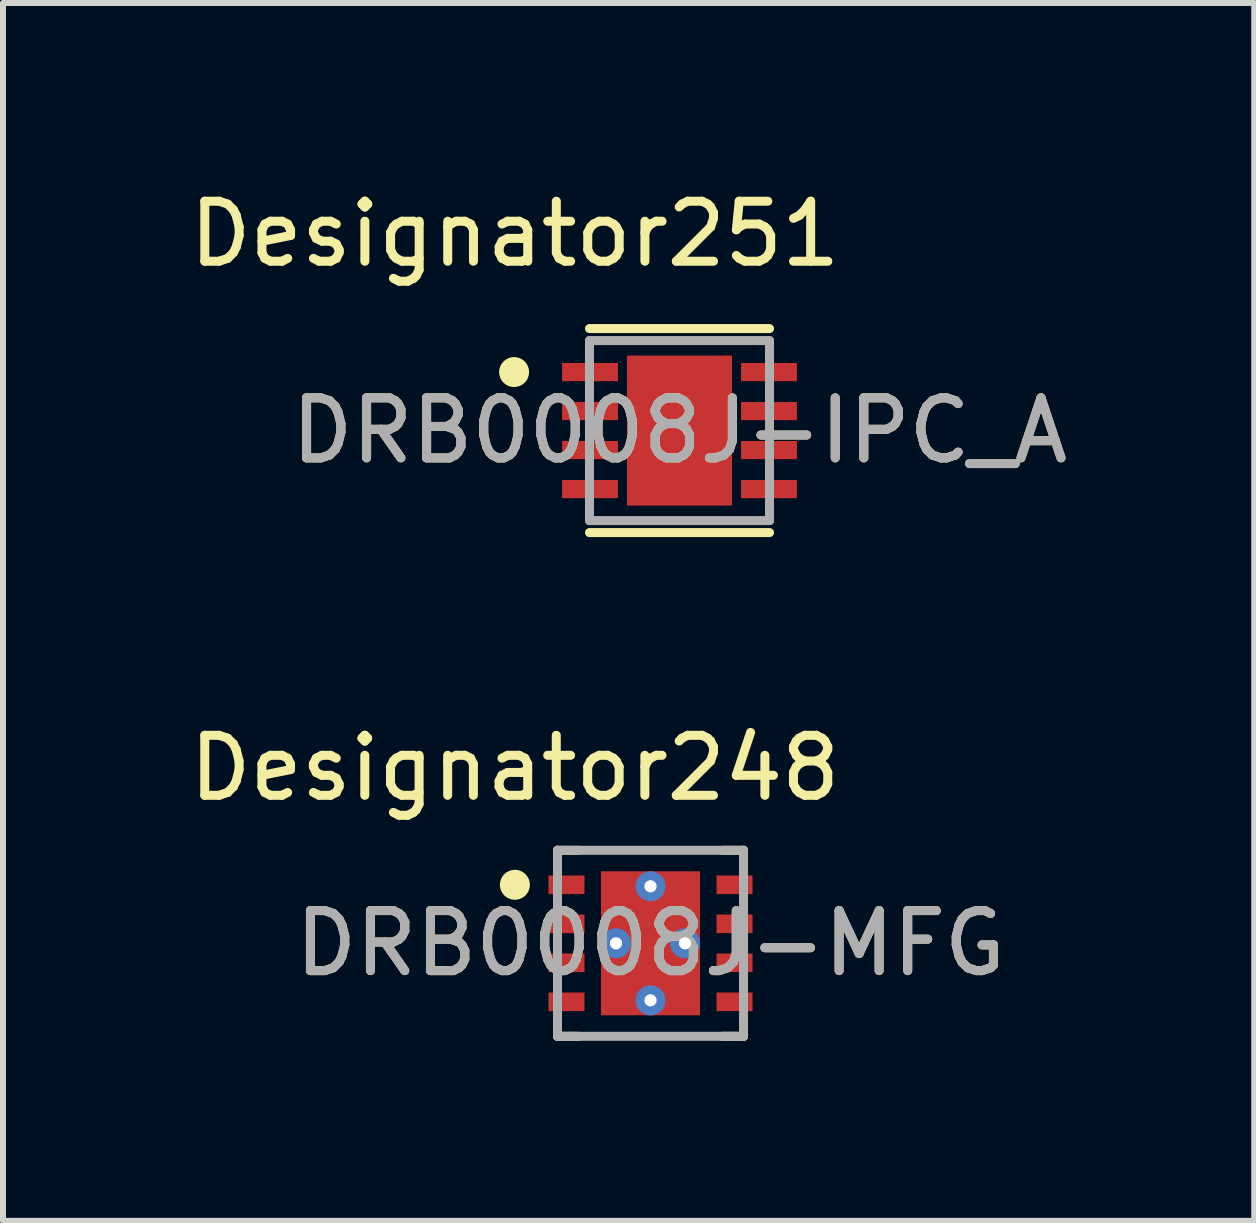
<source format=kicad_pcb>
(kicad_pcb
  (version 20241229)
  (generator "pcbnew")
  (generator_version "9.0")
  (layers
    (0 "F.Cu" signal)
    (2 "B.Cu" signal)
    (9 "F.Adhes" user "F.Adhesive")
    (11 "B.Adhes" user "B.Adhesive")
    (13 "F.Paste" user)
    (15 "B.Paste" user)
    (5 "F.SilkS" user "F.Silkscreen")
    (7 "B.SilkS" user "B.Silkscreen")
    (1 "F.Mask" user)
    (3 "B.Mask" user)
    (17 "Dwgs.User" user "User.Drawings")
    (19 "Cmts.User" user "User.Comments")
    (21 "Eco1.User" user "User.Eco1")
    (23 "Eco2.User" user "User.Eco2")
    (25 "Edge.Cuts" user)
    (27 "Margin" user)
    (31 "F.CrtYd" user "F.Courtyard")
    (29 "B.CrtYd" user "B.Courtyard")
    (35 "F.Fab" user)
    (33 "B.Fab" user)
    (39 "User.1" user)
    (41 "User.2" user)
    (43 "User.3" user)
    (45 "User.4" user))
  (footprint "DRB0008J-IPC_A"
    (layer "F.Cu")
    (at 8.273 4.125)
    (property "Reference" "DRB0008J-IPC_A" (at 0 0 0) (unlocked yes) (layer "F.SilkS") (effects (font (size 1 1) (thickness 0.15))))
    (attr smd)
    (fp_line (start -1.5 -1.7) (end 1.5 -1.7) (stroke (width 0.15) (type solid)) (layer "F.SilkS"))
    (fp_line (start -1.5 1.7) (end 1.5 1.7) (stroke (width 0.15) (type solid)) (layer "F.SilkS"))
    (fp_circle (center -2.756 -0.975) (end -2.631 -0.975) (stroke (width 0.25) (type solid)) (fill no) (layer "F.SilkS"))
    (fp_poly (pts (xy -0.5 0.875) (xy 0.5 0.875) (xy 0.5 -0.875) (xy -0.5 -0.875)) (stroke (width 0) (type solid)) (fill yes) (layer "F.Paste"))
    (fp_line (start -1.5 -1.5) (end 1.5 -1.5) (stroke (width 0.15) (type solid)) (layer "F.Fab"))
    (fp_line (start -1.5 1.5) (end -1.5 -1.5) (stroke (width 0.15) (type solid)) (layer "F.Fab"))
    (fp_line (start -1.5 1.5) (end 1.5 1.5) (stroke (width 0.15) (type solid)) (layer "F.Fab"))
    (fp_line (start 1.5 1.5) (end 1.5 -1.5) (stroke (width 0.15) (type solid)) (layer "F.Fab"))
    (fp_text user "Designator251" (at -2.743 -3.277 0) (unlocked yes) (layer "F.SilkS") (effects (font (size 1 1) (thickness 0.15))))
    (fp_text user "${REFERENCE}" (at 0 0 0) (unlocked yes) (layer "F.Fab") (effects (font (size 1 1) (thickness 0.15))))
    (pad "1" smd rect (at -1.491 -0.975) (size 0.931 0.302) (layers "F.Cu" "F.Mask" "F.Paste"))
    (pad "2" smd rect (at -1.491 -0.325) (size 0.931 0.302) (layers "F.Cu" "F.Mask" "F.Paste"))
    (pad "3" smd rect (at -1.491 0.325) (size 0.931 0.302) (layers "F.Cu" "F.Mask" "F.Paste"))
    (pad "4" smd rect (at -1.491 0.975) (size 0.931 0.302) (layers "F.Cu" "F.Mask" "F.Paste"))
    (pad "5" smd rect (at 1.491 0.975) (size 0.931 0.302) (layers "F.Cu" "F.Mask" "F.Paste"))
    (pad "6" smd rect (at 1.491 0.325) (size 0.931 0.302) (layers "F.Cu" "F.Mask" "F.Paste"))
    (pad "7" smd rect (at 1.491 -0.325) (size 0.931 0.302) (layers "F.Cu" "F.Mask" "F.Paste"))
    (pad "8" smd rect (at 1.491 -0.975) (size 0.931 0.302) (layers "F.Cu" "F.Mask" "F.Paste"))
    (pad "9" smd rect (at 0 0) (size 1.75 2.5) (layers "F.Cu" "F.Mask")))
  (footprint "DRB0008J-MFG"
    (layer "F.Cu")
    (at 7.79 12.669)
    (property "Reference" "DRB0008J-MFG" (at 0 0 0) (unlocked yes) (layer "F.SilkS") (effects (font (size 1 1) (thickness 0.15))))
    (attr smd)
    (fp_line (start -1.55 -1.55) (end -1.2 -1.55) (stroke (width 0.15) (type solid)) (layer "F.SilkS"))
    (fp_line (start -1.55 -1.505) (end -1.55 -1.55) (stroke (width 0.15) (type solid)) (layer "F.SilkS"))
    (fp_line (start -1.55 1.55) (end -1.55 1.505) (stroke (width 0.15) (type solid)) (layer "F.SilkS"))
    (fp_line (start -1.55 1.55) (end -1.2 1.55) (stroke (width 0.15) (type solid)) (layer "F.SilkS"))
    (fp_line (start 1.2 -1.55) (end 1.55 -1.55) (stroke (width 0.15) (type solid)) (layer "F.SilkS"))
    (fp_line (start 1.2 1.55) (end 1.55 1.55) (stroke (width 0.15) (type solid)) (layer "F.SilkS"))
    (fp_line (start 1.55 -1.505) (end 1.55 -1.55) (stroke (width 0.15) (type solid)) (layer "F.SilkS"))
    (fp_line (start 1.55 1.55) (end 1.55 1.505) (stroke (width 0.15) (type solid)) (layer "F.SilkS"))
    (fp_circle (center -2.26 -0.975) (end -2.135 -0.975) (stroke (width 0.25) (type solid)) (fill no) (layer "F.SilkS"))
    (fp_poly (pts (xy -0.755 0.15) (xy -0.705 0.1) (xy 0.705 0.1) (xy 0.755 0.15) (xy 0.755 1.11) (xy 0.705 1.16) (xy -0.705 1.16) (xy -0.755 1.11)) (stroke (width 0) (type solid)) (fill yes) (layer "F.Paste"))
    (fp_poly (pts (xy -0.705 -1.16) (xy 0.705 -1.16) (xy 0.755 -1.11) (xy 0.755 -0.15) (xy 0.705 -0.1) (xy -0.705 -0.1) (xy -0.755 -0.15) (xy -0.755 -1.11)) (stroke (width 0) (type solid)) (fill yes) (layer "F.Paste"))
    (fp_line (start -1.55 -1.55) (end 1.55 -1.55) (stroke (width 0.15) (type solid)) (layer "F.Fab"))
    (fp_line (start -1.55 1.55) (end -1.55 -1.55) (stroke (width 0.15) (type solid)) (layer "F.Fab"))
    (fp_line (start -1.55 1.55) (end 1.55 1.55) (stroke (width 0.15) (type solid)) (layer "F.Fab"))
    (fp_line (start 1.55 1.55) (end 1.55 -1.55) (stroke (width 0.15) (type solid)) (layer "F.Fab"))
    (fp_text user "Designator248" (at -2.261 -2.921 0) (unlocked yes) (layer "F.SilkS") (effects (font (size 1 1) (thickness 0.15))))
    (fp_text user "${REFERENCE}" (at 0 0 0) (unlocked yes) (layer "F.Fab") (effects (font (size 1 1) (thickness 0.15))))
    (pad "1" smd rect (at -1.4 -0.975) (size 0.6 0.31) (layers "F.Cu" "F.Mask" "F.Paste"))
    (pad "2" smd rect (at -1.4 -0.325) (size 0.6 0.31) (layers "F.Cu" "F.Mask" "F.Paste"))
    (pad "3" smd rect (at -1.4 0.325) (size 0.6 0.31) (layers "F.Cu" "F.Mask" "F.Paste"))
    (pad "4" smd rect (at -1.4 0.975) (size 0.6 0.31) (layers "F.Cu" "F.Mask" "F.Paste"))
    (pad "5" smd rect (at 1.4 0.975) (size 0.6 0.31) (layers "F.Cu" "F.Mask" "F.Paste"))
    (pad "6" smd rect (at 1.4 0.325) (size 0.6 0.31) (layers "F.Cu" "F.Mask" "F.Paste"))
    (pad "7" smd rect (at 1.4 -0.325) (size 0.6 0.31) (layers "F.Cu" "F.Mask" "F.Paste"))
    (pad "8" smd rect (at 1.4 -0.975) (size 0.6 0.31) (layers "F.Cu" "F.Mask" "F.Paste"))
    (pad "9" smd rect (at 0 0) (size 1.65 2.4) (layers "F.Cu" "F.Mask"))
    (pad "10" thru_hole circle (at 0 0.95) (size 0.5 0.5) (drill 0.203) (layers "*.Cu" "*.Mask"))
    (pad "11" thru_hole circle (at 0 -0.95) (size 0.5 0.5) (drill 0.203) (layers "*.Cu" "*.Mask"))
    (pad "12" thru_hole circle (at 0.575 0) (size 0.5 0.5) (drill 0.203) (layers "*.Cu" "*.Mask"))
    (pad "13" thru_hole circle (at -0.575 0) (size 0.5 0.5) (drill 0.203) (layers "*.Cu" "*.Mask")))
  (gr_rect
    (start -3 -3)
    (end 17.85 17.294)
    (stroke (width 0.1) (type default))
    (fill no)
    (layer "Edge.Cuts")))
</source>
